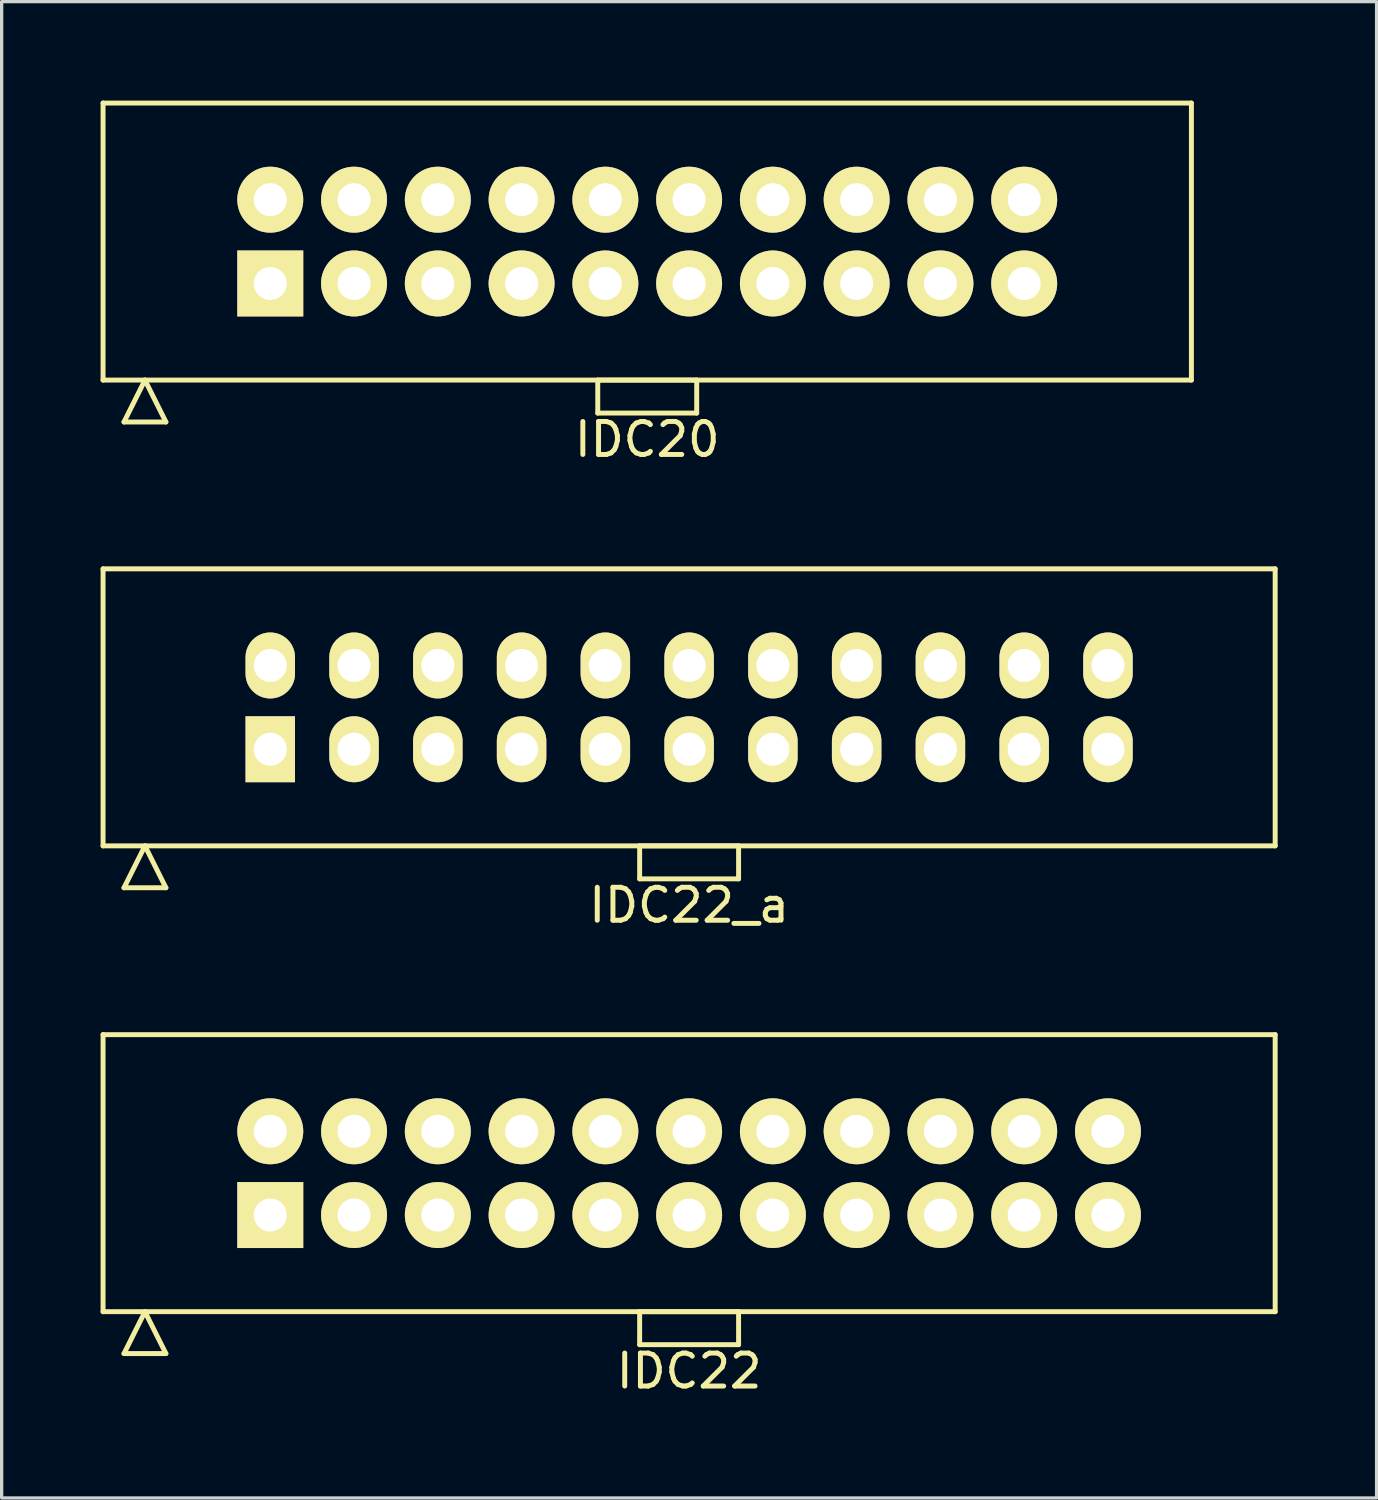
<source format=kicad_pcb>
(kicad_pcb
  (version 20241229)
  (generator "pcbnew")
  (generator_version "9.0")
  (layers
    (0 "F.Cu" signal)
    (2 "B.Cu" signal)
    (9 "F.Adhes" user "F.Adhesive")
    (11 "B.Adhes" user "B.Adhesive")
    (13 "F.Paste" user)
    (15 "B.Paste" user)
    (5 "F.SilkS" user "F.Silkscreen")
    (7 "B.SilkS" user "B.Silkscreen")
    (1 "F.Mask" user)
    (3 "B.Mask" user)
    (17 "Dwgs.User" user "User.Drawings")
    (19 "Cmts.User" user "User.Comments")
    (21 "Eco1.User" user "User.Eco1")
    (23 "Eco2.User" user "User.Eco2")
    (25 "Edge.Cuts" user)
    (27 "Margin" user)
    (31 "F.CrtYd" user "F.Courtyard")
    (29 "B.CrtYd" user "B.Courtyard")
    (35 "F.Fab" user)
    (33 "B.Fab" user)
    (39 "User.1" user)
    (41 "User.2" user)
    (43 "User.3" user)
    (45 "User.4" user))
  (footprint "IDC20"
    (layer "F.Cu")
    (at 16.575 4.275)
    (property "Reference" "IDC20" (at 0 6 0) (layer "F.SilkS") (effects (font (size 1 1) (thickness 0.15))))
    (attr through_hole)
    (fp_line (start -16.5 -4.2) (end -16.5 4.2) (stroke (width 0.15) (type solid)) (layer "F.SilkS"))
    (fp_line (start -16.5 4.2) (end 16.5 4.2) (stroke (width 0.15) (type solid)) (layer "F.SilkS"))
    (fp_line (start -15.865 5.47) (end -15.23 4.2) (stroke (width 0.15) (type solid)) (layer "F.SilkS"))
    (fp_line (start -15.865 5.47) (end -14.595 5.47) (stroke (width 0.15) (type solid)) (layer "F.SilkS"))
    (fp_line (start -14.595 5.47) (end -15.23 4.2) (stroke (width 0.15) (type solid)) (layer "F.SilkS"))
    (fp_line (start -1.5 4.2) (end -1.5 5.2) (stroke (width 0.15) (type solid)) (layer "F.SilkS"))
    (fp_line (start -1.5 5.2) (end 1.5 5.2) (stroke (width 0.15) (type solid)) (layer "F.SilkS"))
    (fp_line (start 1.5 4.2) (end -1.5 4.2) (stroke (width 0.15) (type solid)) (layer "F.SilkS"))
    (fp_line (start 1.5 5.2) (end 1.5 4.2) (stroke (width 0.15) (type solid)) (layer "F.SilkS"))
    (fp_line (start 16.5 -4.2) (end -16.5 -4.2) (stroke (width 0.15) (type solid)) (layer "F.SilkS"))
    (fp_line (start 16.5 4.2) (end 16.5 -4.2) (stroke (width 0.15) (type solid)) (layer "F.SilkS"))
    (pad "1" thru_hole rect (at -11.43 1.27) (size 2 2) (drill 1) (layers "*.Cu" "*.Mask" "F.SilkS"))
    (pad "2" thru_hole oval (at -11.43 -1.27) (size 2 2) (drill 1) (layers "*.Cu" "*.Mask" "F.SilkS"))
    (pad "3" thru_hole oval (at -8.89 1.27) (size 2 2) (drill 1) (layers "*.Cu" "*.Mask" "F.SilkS"))
    (pad "4" thru_hole oval (at -8.89 -1.27) (size 2 2) (drill 1) (layers "*.Cu" "*.Mask" "F.SilkS"))
    (pad "5" thru_hole oval (at -6.35 1.27) (size 2 2) (drill 1) (layers "*.Cu" "*.Mask" "F.SilkS"))
    (pad "6" thru_hole oval (at -6.35 -1.27) (size 2 2) (drill 1) (layers "*.Cu" "*.Mask" "F.SilkS"))
    (pad "7" thru_hole oval (at -3.81 1.27) (size 2 2) (drill 1) (layers "*.Cu" "*.Mask" "F.SilkS"))
    (pad "8" thru_hole oval (at -3.81 -1.27) (size 2 2) (drill 1) (layers "*.Cu" "*.Mask" "F.SilkS"))
    (pad "9" thru_hole oval (at -1.27 1.27) (size 2 2) (drill 1) (layers "*.Cu" "*.Mask" "F.SilkS"))
    (pad "10" thru_hole oval (at -1.27 -1.27) (size 2 2) (drill 1) (layers "*.Cu" "*.Mask" "F.SilkS"))
    (pad "11" thru_hole oval (at 1.27 1.27) (size 2 2) (drill 1) (layers "*.Cu" "*.Mask" "F.SilkS"))
    (pad "12" thru_hole oval (at 1.27 -1.27) (size 2 2) (drill 1) (layers "*.Cu" "*.Mask" "F.SilkS"))
    (pad "13" thru_hole oval (at 3.81 1.27) (size 2 2) (drill 1) (layers "*.Cu" "*.Mask" "F.SilkS"))
    (pad "14" thru_hole oval (at 3.81 -1.27) (size 2 2) (drill 1) (layers "*.Cu" "*.Mask" "F.SilkS"))
    (pad "15" thru_hole oval (at 6.35 1.27) (size 2 2) (drill 1) (layers "*.Cu" "*.Mask" "F.SilkS"))
    (pad "16" thru_hole oval (at 6.35 -1.27) (size 2 2) (drill 1) (layers "*.Cu" "*.Mask" "F.SilkS"))
    (pad "17" thru_hole oval (at 8.89 1.27) (size 2 2) (drill 1) (layers "*.Cu" "*.Mask" "F.SilkS"))
    (pad "18" thru_hole oval (at 8.89 -1.27) (size 2 2) (drill 1) (layers "*.Cu" "*.Mask" "F.SilkS"))
    (pad "19" thru_hole oval (at 11.43 1.27) (size 2 2) (drill 1) (layers "*.Cu" "*.Mask" "F.SilkS"))
    (pad "20" thru_hole oval (at 11.43 -1.27) (size 2 2) (drill 1) (layers "*.Cu" "*.Mask" "F.SilkS")))
  (footprint "IDC22"
    (layer "F.Cu")
    (at 17.845 32.522)
    (property "Reference" "IDC22" (at 0 6 0) (layer "F.SilkS") (effects (font (size 1 1) (thickness 0.15))))
    (attr through_hole)
    (fp_line (start -17.77 -4.2) (end -17.77 4.2) (stroke (width 0.15) (type solid)) (layer "F.SilkS"))
    (fp_line (start -17.77 4.2) (end 17.77 4.2) (stroke (width 0.15) (type solid)) (layer "F.SilkS"))
    (fp_line (start -17.135 5.47) (end -16.5 4.2) (stroke (width 0.15) (type solid)) (layer "F.SilkS"))
    (fp_line (start -17.135 5.47) (end -15.865 5.47) (stroke (width 0.15) (type solid)) (layer "F.SilkS"))
    (fp_line (start -15.865 5.47) (end -16.5 4.2) (stroke (width 0.15) (type solid)) (layer "F.SilkS"))
    (fp_line (start -1.5 4.2) (end -1.5 5.2) (stroke (width 0.15) (type solid)) (layer "F.SilkS"))
    (fp_line (start -1.5 5.2) (end 1.5 5.2) (stroke (width 0.15) (type solid)) (layer "F.SilkS"))
    (fp_line (start 1.5 4.2) (end -1.5 4.2) (stroke (width 0.15) (type solid)) (layer "F.SilkS"))
    (fp_line (start 1.5 5.2) (end 1.5 4.2) (stroke (width 0.15) (type solid)) (layer "F.SilkS"))
    (fp_line (start 17.77 -4.2) (end -17.77 -4.2) (stroke (width 0.15) (type solid)) (layer "F.SilkS"))
    (fp_line (start 17.77 4.2) (end 17.77 -4.2) (stroke (width 0.15) (type solid)) (layer "F.SilkS"))
    (pad "1" thru_hole rect (at -12.7 1.27) (size 2 2) (drill 1) (layers "*.Cu" "*.Mask" "F.SilkS"))
    (pad "2" thru_hole oval (at -12.7 -1.27) (size 2 2) (drill 1) (layers "*.Cu" "*.Mask" "F.SilkS"))
    (pad "3" thru_hole oval (at -10.16 1.27) (size 2 2) (drill 1) (layers "*.Cu" "*.Mask" "F.SilkS"))
    (pad "4" thru_hole oval (at -10.16 -1.27) (size 2 2) (drill 1) (layers "*.Cu" "*.Mask" "F.SilkS"))
    (pad "5" thru_hole oval (at -7.62 1.27) (size 2 2) (drill 1) (layers "*.Cu" "*.Mask" "F.SilkS"))
    (pad "6" thru_hole oval (at -7.62 -1.27) (size 2 2) (drill 1) (layers "*.Cu" "*.Mask" "F.SilkS"))
    (pad "7" thru_hole oval (at -5.08 1.27) (size 2 2) (drill 1) (layers "*.Cu" "*.Mask" "F.SilkS"))
    (pad "8" thru_hole oval (at -5.08 -1.27) (size 2 2) (drill 1) (layers "*.Cu" "*.Mask" "F.SilkS"))
    (pad "9" thru_hole oval (at -2.54 1.27) (size 2 2) (drill 1) (layers "*.Cu" "*.Mask" "F.SilkS"))
    (pad "10" thru_hole oval (at -2.54 -1.27) (size 2 2) (drill 1) (layers "*.Cu" "*.Mask" "F.SilkS"))
    (pad "11" thru_hole oval (at 0 1.27) (size 2 2) (drill 1) (layers "*.Cu" "*.Mask" "F.SilkS"))
    (pad "12" thru_hole oval (at 0 -1.27) (size 2 2) (drill 1) (layers "*.Cu" "*.Mask" "F.SilkS"))
    (pad "13" thru_hole oval (at 2.54 1.27) (size 2 2) (drill 1) (layers "*.Cu" "*.Mask" "F.SilkS"))
    (pad "14" thru_hole oval (at 2.54 -1.27) (size 2 2) (drill 1) (layers "*.Cu" "*.Mask" "F.SilkS"))
    (pad "15" thru_hole oval (at 5.08 1.27) (size 2 2) (drill 1) (layers "*.Cu" "*.Mask" "F.SilkS"))
    (pad "16" thru_hole oval (at 5.08 -1.27) (size 2 2) (drill 1) (layers "*.Cu" "*.Mask" "F.SilkS"))
    (pad "17" thru_hole oval (at 7.62 1.27) (size 2 2) (drill 1) (layers "*.Cu" "*.Mask" "F.SilkS"))
    (pad "18" thru_hole oval (at 7.62 -1.27) (size 2 2) (drill 1) (layers "*.Cu" "*.Mask" "F.SilkS"))
    (pad "19" thru_hole oval (at 10.16 1.27) (size 2 2) (drill 1) (layers "*.Cu" "*.Mask" "F.SilkS"))
    (pad "20" thru_hole oval (at 10.16 -1.27) (size 2 2) (drill 1) (layers "*.Cu" "*.Mask" "F.SilkS"))
    (pad "21" thru_hole oval (at 12.7 1.27) (size 2 2) (drill 1) (layers "*.Cu" "*.Mask" "F.SilkS"))
    (pad "22" thru_hole oval (at 12.7 -1.27) (size 2 2) (drill 1) (layers "*.Cu" "*.Mask" "F.SilkS")))
  (footprint "IDC22_a"
    (layer "F.Cu")
    (at 17.845 18.398)
    (property "Reference" "IDC22_a" (at 0 6 0) (layer "F.SilkS") (effects (font (size 1 1) (thickness 0.15))))
    (attr through_hole)
    (fp_line (start -17.77 -4.2) (end -17.77 4.2) (stroke (width 0.15) (type solid)) (layer "F.SilkS"))
    (fp_line (start -17.77 4.2) (end 17.77 4.2) (stroke (width 0.15) (type solid)) (layer "F.SilkS"))
    (fp_line (start -17.135 5.47) (end -16.5 4.2) (stroke (width 0.15) (type solid)) (layer "F.SilkS"))
    (fp_line (start -17.135 5.47) (end -15.865 5.47) (stroke (width 0.15) (type solid)) (layer "F.SilkS"))
    (fp_line (start -15.865 5.47) (end -16.5 4.2) (stroke (width 0.15) (type solid)) (layer "F.SilkS"))
    (fp_line (start -1.5 4.2) (end -1.5 5.2) (stroke (width 0.15) (type solid)) (layer "F.SilkS"))
    (fp_line (start -1.5 5.2) (end 1.5 5.2) (stroke (width 0.15) (type solid)) (layer "F.SilkS"))
    (fp_line (start 1.5 4.2) (end -1.5 4.2) (stroke (width 0.15) (type solid)) (layer "F.SilkS"))
    (fp_line (start 1.5 5.2) (end 1.5 4.2) (stroke (width 0.15) (type solid)) (layer "F.SilkS"))
    (fp_line (start 17.77 -4.2) (end -17.77 -4.2) (stroke (width 0.15) (type solid)) (layer "F.SilkS"))
    (fp_line (start 17.77 4.2) (end 17.77 -4.2) (stroke (width 0.15) (type solid)) (layer "F.SilkS"))
    (pad "1" thru_hole rect (at -12.7 1.27) (size 1.5 2) (drill 1) (layers "*.Cu" "*.Mask" "F.SilkS"))
    (pad "2" thru_hole oval (at -12.7 -1.27) (size 1.5 2) (drill 1) (layers "*.Cu" "*.Mask" "F.SilkS"))
    (pad "3" thru_hole oval (at -10.16 1.27) (size 1.5 2) (drill 1) (layers "*.Cu" "*.Mask" "F.SilkS"))
    (pad "4" thru_hole oval (at -10.16 -1.27) (size 1.5 2) (drill 1) (layers "*.Cu" "*.Mask" "F.SilkS"))
    (pad "5" thru_hole oval (at -7.62 1.27) (size 1.5 2) (drill 1) (layers "*.Cu" "*.Mask" "F.SilkS"))
    (pad "6" thru_hole oval (at -7.62 -1.27) (size 1.5 2) (drill 1) (layers "*.Cu" "*.Mask" "F.SilkS"))
    (pad "7" thru_hole oval (at -5.08 1.27) (size 1.5 2) (drill 1) (layers "*.Cu" "*.Mask" "F.SilkS"))
    (pad "8" thru_hole oval (at -5.08 -1.27) (size 1.5 2) (drill 1) (layers "*.Cu" "*.Mask" "F.SilkS"))
    (pad "9" thru_hole oval (at -2.54 1.27) (size 1.5 2) (drill 1) (layers "*.Cu" "*.Mask" "F.SilkS"))
    (pad "10" thru_hole oval (at -2.54 -1.27) (size 1.5 2) (drill 1) (layers "*.Cu" "*.Mask" "F.SilkS"))
    (pad "11" thru_hole oval (at 0 1.27) (size 1.5 2) (drill 1) (layers "*.Cu" "*.Mask" "F.SilkS"))
    (pad "12" thru_hole oval (at 0 -1.27) (size 1.5 2) (drill 1) (layers "*.Cu" "*.Mask" "F.SilkS"))
    (pad "13" thru_hole oval (at 2.54 1.27) (size 1.5 2) (drill 1) (layers "*.Cu" "*.Mask" "F.SilkS"))
    (pad "14" thru_hole oval (at 2.54 -1.27) (size 1.5 2) (drill 1) (layers "*.Cu" "*.Mask" "F.SilkS"))
    (pad "15" thru_hole oval (at 5.08 1.27) (size 1.5 2) (drill 1) (layers "*.Cu" "*.Mask" "F.SilkS"))
    (pad "16" thru_hole oval (at 5.08 -1.27) (size 1.5 2) (drill 1) (layers "*.Cu" "*.Mask" "F.SilkS"))
    (pad "17" thru_hole oval (at 7.62 1.27) (size 1.5 2) (drill 1) (layers "*.Cu" "*.Mask" "F.SilkS"))
    (pad "18" thru_hole oval (at 7.62 -1.27) (size 1.5 2) (drill 1) (layers "*.Cu" "*.Mask" "F.SilkS"))
    (pad "19" thru_hole oval (at 10.16 1.27) (size 1.5 2) (drill 1) (layers "*.Cu" "*.Mask" "F.SilkS"))
    (pad "20" thru_hole oval (at 10.16 -1.27) (size 1.5 2) (drill 1) (layers "*.Cu" "*.Mask" "F.SilkS"))
    (pad "21" thru_hole oval (at 12.7 1.27) (size 1.5 2) (drill 1) (layers "*.Cu" "*.Mask" "F.SilkS"))
    (pad "22" thru_hole oval (at 12.7 -1.27) (size 1.5 2) (drill 1) (layers "*.Cu" "*.Mask" "F.SilkS")))
  (gr_rect
    (start -3 -3)
    (end 38.69 42.37)
    (stroke (width 0.1) (type default))
    (fill no)
    (layer "Edge.Cuts")))
</source>
